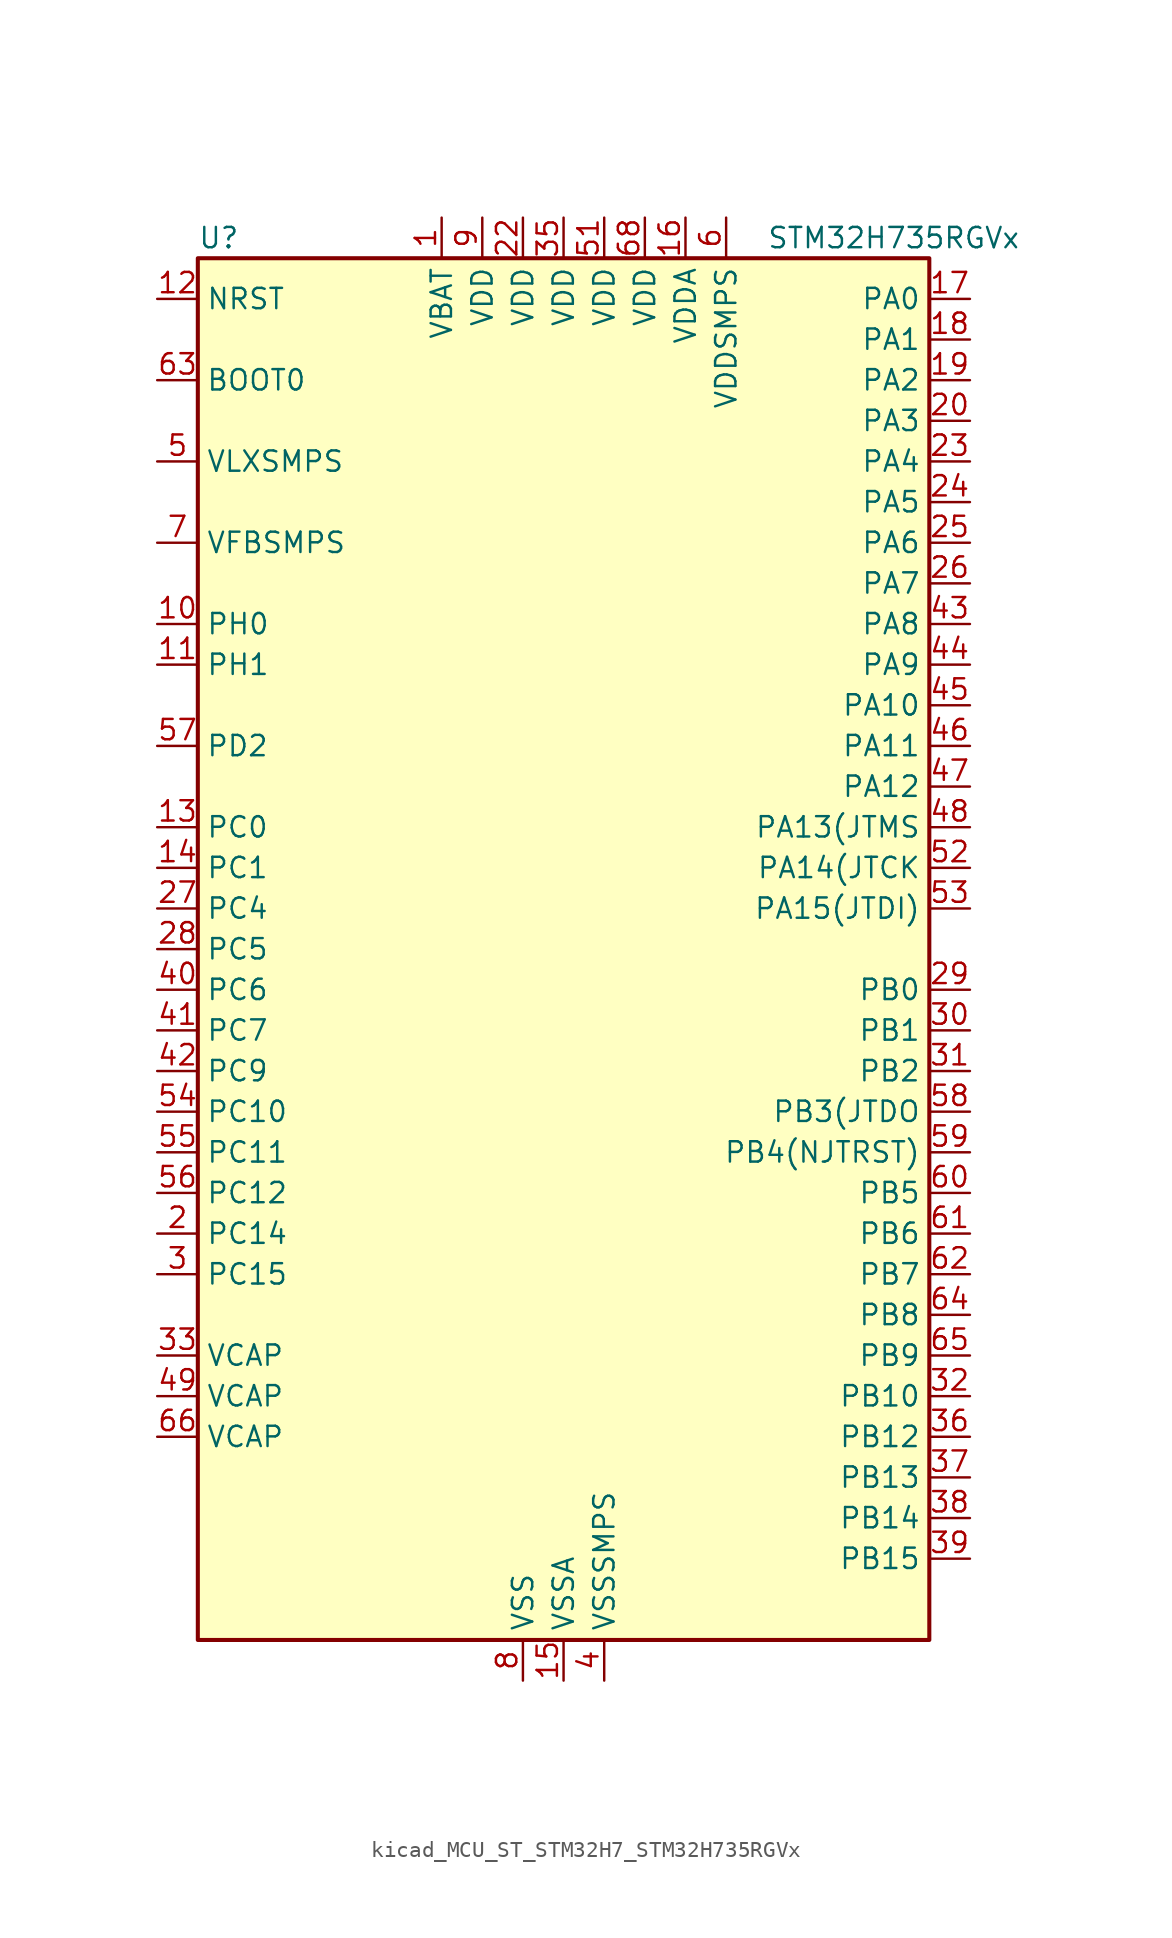
<source format=kicad_sym>
(kicad_symbol_lib
  (version 20220914)
  (generator kicad_symbol_editor)
  (symbol "kicad_MCU_ST_STM32H7_STM32H735RGVx"
    (property "Reference" "U"
      (at -22.86 44.45 0)
      (effects (font (size 1.27 1.27)) (justify left)))
    (property "Value" "STM32H735RGVx"
      (at 12.7 44.45 0)
      (effects (font (size 1.27 1.27)) (justify left)))
    (property "ki_locked" ""
      (at 0 0 0)
      (effects (font (size 1.27 1.27))))
    (symbol "kicad_MCU_ST_STM32H7_STM32H735RGVx_0_1"
      (rectangle (start -22.86 -43.18) (end 22.86 43.18) (stroke (width 0.254) (type default)) (fill (type background))))
    (symbol "kicad_MCU_ST_STM32H7_STM32H735RGVx_1_1"
      (pin power_in line (at -7.62 45.72 270) (length 2.54) (name "VBAT" (effects (font (size 1.27 1.27)))) (number "1" (effects (font (size 1.27 1.27)))))
      (pin bidirectional line (at -25.4 20.32 0) (length 2.54) (name "PH0" (effects (font (size 1.27 1.27)))) (number "10" (effects (font (size 1.27 1.27)))) (alternate "RCC_OSC_IN" bidirectional line))
      (pin bidirectional line (at -25.4 17.78 0) (length 2.54) (name "PH1" (effects (font (size 1.27 1.27)))) (number "11" (effects (font (size 1.27 1.27)))) (alternate "RCC_OSC_OUT" bidirectional line))
      (pin input line (at -25.4 40.64 0) (length 2.54) (name "NRST" (effects (font (size 1.27 1.27)))) (number "12" (effects (font (size 1.27 1.27)))))
      (pin bidirectional line (at -25.4 7.62 0) (length 2.54) (name "PC0" (effects (font (size 1.27 1.27)))) (number "13" (effects (font (size 1.27 1.27)))) (alternate "ADC1_INP10" bidirectional line) (alternate "ADC2_INP10" bidirectional line) (alternate "ADC3_INP10" bidirectional line) (alternate "DFSDM1_CKIN0" bidirectional line) (alternate "DFSDM1_DATIN4" bidirectional line) (alternate "LTDC_G2" bidirectional line) (alternate "LTDC_R5" bidirectional line) (alternate "USB_OTG_HS_ULPI_STP" bidirectional line))
      (pin bidirectional line (at -25.4 5.08 0) (length 2.54) (name "PC1" (effects (font (size 1.27 1.27)))) (number "14" (effects (font (size 1.27 1.27)))) (alternate "ADC1_INN10" bidirectional line) (alternate "ADC1_INP11" bidirectional line) (alternate "ADC2_INN10" bidirectional line) (alternate "ADC2_INP11" bidirectional line) (alternate "ADC3_INN10" bidirectional line) (alternate "ADC3_INP11" bidirectional line) (alternate "DEBUG_TRACED0" bidirectional line) (alternate "DFSDM1_CKIN4" bidirectional line) (alternate "DFSDM1_DATIN0" bidirectional line) (alternate "I2S2_SDO" bidirectional line) (alternate "LTDC_G5" bidirectional line) (alternate "MDIOS_MDC" bidirectional line) (alternate "OCTOSPIM_P1_IO4" bidirectional line) (alternate "PWR_WKUP6" bidirectional line) (alternate "RTC_TAMP3" bidirectional line) (alternate "SDMMC2_CK" bidirectional line) (alternate "SPI2_MOSI" bidirectional line))
      (pin power_in line (at 0 -45.72 90) (length 2.54) (name "VSSA" (effects (font (size 1.27 1.27)))) (number "15" (effects (font (size 1.27 1.27)))))
      (pin power_in line (at 7.62 45.72 270) (length 2.54) (name "VDDA" (effects (font (size 1.27 1.27)))) (number "16" (effects (font (size 1.27 1.27)))))
      (pin bidirectional line (at 25.4 40.64 180) (length 2.54) (name "PA0" (effects (font (size 1.27 1.27)))) (number "17" (effects (font (size 1.27 1.27)))) (alternate "ADC1_INP16" bidirectional line) (alternate "I2S6_WS" bidirectional line) (alternate "PWR_WKUP1" bidirectional line) (alternate "SDMMC2_CMD" bidirectional line) (alternate "SPI6_NSS" bidirectional line) (alternate "TIM15_BKIN" bidirectional line) (alternate "TIM2_CH1" bidirectional line) (alternate "TIM2_ETR" bidirectional line) (alternate "TIM5_CH1" bidirectional line) (alternate "TIM8_ETR" bidirectional line) (alternate "UART4_TX" bidirectional line) (alternate "USART2_CTS" bidirectional line) (alternate "USART2_NSS" bidirectional line))
      (pin bidirectional line (at 25.4 38.1 180) (length 2.54) (name "PA1" (effects (font (size 1.27 1.27)))) (number "18" (effects (font (size 1.27 1.27)))) (alternate "ADC1_INN16" bidirectional line) (alternate "ADC1_INP17" bidirectional line) (alternate "LPTIM3_OUT" bidirectional line) (alternate "LTDC_R2" bidirectional line) (alternate "OCTOSPIM_P1_DQS" bidirectional line) (alternate "OCTOSPIM_P1_IO3" bidirectional line) (alternate "TIM15_CH1N" bidirectional line) (alternate "TIM2_CH2" bidirectional line) (alternate "TIM5_CH2" bidirectional line) (alternate "UART4_RX" bidirectional line) (alternate "USART2_DE" bidirectional line) (alternate "USART2_RTS" bidirectional line))
      (pin bidirectional line (at 25.4 35.56 180) (length 2.54) (name "PA2" (effects (font (size 1.27 1.27)))) (number "19" (effects (font (size 1.27 1.27)))) (alternate "ADC1_INP14" bidirectional line) (alternate "ADC2_INP14" bidirectional line) (alternate "LPTIM4_OUT" bidirectional line) (alternate "LTDC_R1" bidirectional line) (alternate "MDIOS_MDIO" bidirectional line) (alternate "OCTOSPIM_P1_IO0" bidirectional line) (alternate "PWR_WKUP2" bidirectional line) (alternate "TIM15_CH1" bidirectional line) (alternate "TIM2_CH3" bidirectional line) (alternate "TIM5_CH3" bidirectional line) (alternate "USART2_TX" bidirectional line))
      (pin bidirectional line (at -25.4 -17.78 0) (length 2.54) (name "PC14" (effects (font (size 1.27 1.27)))) (number "2" (effects (font (size 1.27 1.27)))) (alternate "RCC_OSC32_IN" bidirectional line))
      (pin bidirectional line (at 25.4 33.02 180) (length 2.54) (name "PA3" (effects (font (size 1.27 1.27)))) (number "20" (effects (font (size 1.27 1.27)))) (alternate "ADC1_INP15" bidirectional line) (alternate "ADC2_INP15" bidirectional line) (alternate "I2S6_MCK" bidirectional line) (alternate "LPTIM5_OUT" bidirectional line) (alternate "LTDC_B2" bidirectional line) (alternate "LTDC_B5" bidirectional line) (alternate "OCTOSPIM_P1_CLK" bidirectional line) (alternate "OCTOSPIM_P1_IO2" bidirectional line) (alternate "TIM15_CH2" bidirectional line) (alternate "TIM2_CH4" bidirectional line) (alternate "TIM5_CH4" bidirectional line) (alternate "USART2_RX" bidirectional line) (alternate "USB_OTG_HS_ULPI_D0" bidirectional line))
      (pin passive line (at -2.54 -45.72 90) (length 2.54) hide (name "VSS" (effects (font (size 1.27 1.27)))) (number "21" (effects (font (size 1.27 1.27)))))
      (pin power_in line (at -2.54 45.72 270) (length 2.54) (name "VDD" (effects (font (size 1.27 1.27)))) (number "22" (effects (font (size 1.27 1.27)))))
      (pin bidirectional line (at 25.4 30.48 180) (length 2.54) (name "PA4" (effects (font (size 1.27 1.27)))) (number "23" (effects (font (size 1.27 1.27)))) (alternate "ADC1_INP18" bidirectional line) (alternate "ADC2_INP18" bidirectional line) (alternate "DAC1_OUT1" bidirectional line) (alternate "DCMI_HSYNC" bidirectional line) (alternate "I2S1_WS" bidirectional line) (alternate "I2S3_WS" bidirectional line) (alternate "I2S6_WS" bidirectional line) (alternate "LTDC_VSYNC" bidirectional line) (alternate "PSSI_DE" bidirectional line) (alternate "SPI1_NSS" bidirectional line) (alternate "SPI3_NSS" bidirectional line) (alternate "SPI6_NSS" bidirectional line) (alternate "TIM5_ETR" bidirectional line) (alternate "USART2_CK" bidirectional line))
      (pin bidirectional line (at 25.4 27.94 180) (length 2.54) (name "PA5" (effects (font (size 1.27 1.27)))) (number "24" (effects (font (size 1.27 1.27)))) (alternate "ADC1_INN18" bidirectional line) (alternate "ADC1_INP19" bidirectional line) (alternate "ADC2_INN18" bidirectional line) (alternate "ADC2_INP19" bidirectional line) (alternate "DAC1_OUT2" bidirectional line) (alternate "I2S1_CK" bidirectional line) (alternate "I2S6_CK" bidirectional line) (alternate "LTDC_R4" bidirectional line) (alternate "PSSI_D14" bidirectional line) (alternate "PWR_NDSTOP2" bidirectional line) (alternate "SPI1_SCK" bidirectional line) (alternate "SPI6_SCK" bidirectional line) (alternate "TIM2_CH1" bidirectional line) (alternate "TIM2_ETR" bidirectional line) (alternate "TIM8_CH1N" bidirectional line) (alternate "USB_OTG_HS_ULPI_CK" bidirectional line))
      (pin bidirectional line (at 25.4 25.4 180) (length 2.54) (name "PA6" (effects (font (size 1.27 1.27)))) (number "25" (effects (font (size 1.27 1.27)))) (alternate "ADC1_INP3" bidirectional line) (alternate "ADC2_INP3" bidirectional line) (alternate "DCMI_PIXCLK" bidirectional line) (alternate "I2S1_SDI" bidirectional line) (alternate "I2S6_SDI" bidirectional line) (alternate "LTDC_G2" bidirectional line) (alternate "MDIOS_MDC" bidirectional line) (alternate "OCTOSPIM_P1_IO3" bidirectional line) (alternate "PSSI_PDCK" bidirectional line) (alternate "SPI1_MISO" bidirectional line) (alternate "SPI6_MISO" bidirectional line) (alternate "TIM13_CH1" bidirectional line) (alternate "TIM1_BKIN" bidirectional line) (alternate "TIM1_BKIN_COMP1" bidirectional line) (alternate "TIM1_BKIN_COMP2" bidirectional line) (alternate "TIM3_CH1" bidirectional line) (alternate "TIM8_BKIN" bidirectional line) (alternate "TIM8_BKIN_COMP1" bidirectional line) (alternate "TIM8_BKIN_COMP2" bidirectional line))
      (pin bidirectional line (at 25.4 22.86 180) (length 2.54) (name "PA7" (effects (font (size 1.27 1.27)))) (number "26" (effects (font (size 1.27 1.27)))) (alternate "ADC1_INN3" bidirectional line) (alternate "ADC1_INP7" bidirectional line) (alternate "ADC2_INN3" bidirectional line) (alternate "ADC2_INP7" bidirectional line) (alternate "I2S1_SDO" bidirectional line) (alternate "I2S6_SDO" bidirectional line) (alternate "LTDC_VSYNC" bidirectional line) (alternate "OCTOSPIM_P1_IO2" bidirectional line) (alternate "OPAMP1_VINM" bidirectional line) (alternate "SPI1_MOSI" bidirectional line) (alternate "SPI6_MOSI" bidirectional line) (alternate "TIM14_CH1" bidirectional line) (alternate "TIM1_CH1N" bidirectional line) (alternate "TIM3_CH2" bidirectional line) (alternate "TIM8_CH1N" bidirectional line))
      (pin bidirectional line (at -25.4 2.54 0) (length 2.54) (name "PC4" (effects (font (size 1.27 1.27)))) (number "27" (effects (font (size 1.27 1.27)))) (alternate "ADC1_INP4" bidirectional line) (alternate "ADC2_INP4" bidirectional line) (alternate "COMP1_INM" bidirectional line) (alternate "DFSDM1_CKIN2" bidirectional line) (alternate "I2S1_MCK" bidirectional line) (alternate "LTDC_R7" bidirectional line) (alternate "OPAMP1_VOUT" bidirectional line) (alternate "SDMMC2_CKIN" bidirectional line) (alternate "SPDIFRX1_IN2" bidirectional line))
      (pin bidirectional line (at -25.4 0 0) (length 2.54) (name "PC5" (effects (font (size 1.27 1.27)))) (number "28" (effects (font (size 1.27 1.27)))) (alternate "ADC1_INN4" bidirectional line) (alternate "ADC1_INP8" bidirectional line) (alternate "ADC2_INN4" bidirectional line) (alternate "ADC2_INP8" bidirectional line) (alternate "COMP1_OUT" bidirectional line) (alternate "DFSDM1_DATIN2" bidirectional line) (alternate "LTDC_DE" bidirectional line) (alternate "OCTOSPIM_P1_DQS" bidirectional line) (alternate "OPAMP1_VINM" bidirectional line) (alternate "PSSI_D15" bidirectional line) (alternate "SPDIFRX1_IN3" bidirectional line))
      (pin bidirectional line (at 25.4 -2.54 180) (length 2.54) (name "PB0" (effects (font (size 1.27 1.27)))) (number "29" (effects (font (size 1.27 1.27)))) (alternate "ADC1_INN5" bidirectional line) (alternate "ADC1_INP9" bidirectional line) (alternate "ADC2_INN5" bidirectional line) (alternate "ADC2_INP9" bidirectional line) (alternate "COMP1_INP" bidirectional line) (alternate "DFSDM1_CKOUT" bidirectional line) (alternate "LTDC_G1" bidirectional line) (alternate "LTDC_R3" bidirectional line) (alternate "OCTOSPIM_P1_IO1" bidirectional line) (alternate "OPAMP1_VINP" bidirectional line) (alternate "TIM1_CH2N" bidirectional line) (alternate "TIM3_CH3" bidirectional line) (alternate "TIM8_CH2N" bidirectional line) (alternate "UART4_CTS" bidirectional line) (alternate "USB_OTG_HS_ULPI_D1" bidirectional line))
      (pin bidirectional line (at -25.4 -20.32 0) (length 2.54) (name "PC15" (effects (font (size 1.27 1.27)))) (number "3" (effects (font (size 1.27 1.27)))) (alternate "ADC1_EXTI15" bidirectional line) (alternate "ADC2_EXTI15" bidirectional line) (alternate "ADC3_EXTI15" bidirectional line) (alternate "RCC_OSC32_OUT" bidirectional line))
      (pin bidirectional line (at 25.4 -5.08 180) (length 2.54) (name "PB1" (effects (font (size 1.27 1.27)))) (number "30" (effects (font (size 1.27 1.27)))) (alternate "ADC1_INP5" bidirectional line) (alternate "ADC2_INP5" bidirectional line) (alternate "COMP1_INM" bidirectional line) (alternate "DFSDM1_DATIN1" bidirectional line) (alternate "LTDC_G0" bidirectional line) (alternate "LTDC_R6" bidirectional line) (alternate "OCTOSPIM_P1_IO0" bidirectional line) (alternate "TIM1_CH3N" bidirectional line) (alternate "TIM3_CH4" bidirectional line) (alternate "TIM8_CH3N" bidirectional line) (alternate "USB_OTG_HS_ULPI_D2" bidirectional line))
      (pin bidirectional line (at 25.4 -7.62 180) (length 2.54) (name "PB2" (effects (font (size 1.27 1.27)))) (number "31" (effects (font (size 1.27 1.27)))) (alternate "COMP1_INP" bidirectional line) (alternate "DFSDM1_CKIN1" bidirectional line) (alternate "I2S3_SDO" bidirectional line) (alternate "OCTOSPIM_P1_CLK" bidirectional line) (alternate "OCTOSPIM_P1_DQS" bidirectional line) (alternate "RTC_OUT_ALARM" bidirectional line) (alternate "RTC_OUT_CALIB" bidirectional line) (alternate "SPI3_MOSI" bidirectional line) (alternate "TIM23_ETR" bidirectional line))
      (pin bidirectional line (at 25.4 -27.94 180) (length 2.54) (name "PB10" (effects (font (size 1.27 1.27)))) (number "32" (effects (font (size 1.27 1.27)))) (alternate "DFSDM1_DATIN7" bidirectional line) (alternate "I2C2_SCL" bidirectional line) (alternate "I2S2_CK" bidirectional line) (alternate "LPTIM2_IN1" bidirectional line) (alternate "LTDC_G4" bidirectional line) (alternate "OCTOSPIM_P1_NCS" bidirectional line) (alternate "SPI2_SCK" bidirectional line) (alternate "TIM2_CH3" bidirectional line) (alternate "USART3_TX" bidirectional line) (alternate "USB_OTG_HS_ULPI_D3" bidirectional line))
      (pin power_out line (at -25.4 -25.4 0) (length 2.54) (name "VCAP" (effects (font (size 1.27 1.27)))) (number "33" (effects (font (size 1.27 1.27)))))
      (pin passive line (at -2.54 -45.72 90) (length 2.54) hide (name "VSS" (effects (font (size 1.27 1.27)))) (number "34" (effects (font (size 1.27 1.27)))))
      (pin power_in line (at 0 45.72 270) (length 2.54) (name "VDD" (effects (font (size 1.27 1.27)))) (number "35" (effects (font (size 1.27 1.27)))))
      (pin bidirectional line (at 25.4 -30.48 180) (length 2.54) (name "PB12" (effects (font (size 1.27 1.27)))) (number "36" (effects (font (size 1.27 1.27)))) (alternate "DFSDM1_DATIN1" bidirectional line) (alternate "FDCAN2_RX" bidirectional line) (alternate "I2C2_SMBA" bidirectional line) (alternate "I2S2_WS" bidirectional line) (alternate "OCTOSPIM_P1_IO0" bidirectional line) (alternate "OCTOSPIM_P1_NCLK" bidirectional line) (alternate "SPI2_NSS" bidirectional line) (alternate "TIM1_BKIN" bidirectional line) (alternate "TIM1_BKIN_COMP1" bidirectional line) (alternate "TIM1_BKIN_COMP2" bidirectional line) (alternate "UART5_RX" bidirectional line) (alternate "USART3_CK" bidirectional line) (alternate "USB_OTG_HS_ULPI_D5" bidirectional line))
      (pin bidirectional line (at 25.4 -33.02 180) (length 2.54) (name "PB13" (effects (font (size 1.27 1.27)))) (number "37" (effects (font (size 1.27 1.27)))) (alternate "DCMI_D2" bidirectional line) (alternate "DFSDM1_CKIN1" bidirectional line) (alternate "FDCAN2_TX" bidirectional line) (alternate "I2S2_CK" bidirectional line) (alternate "LPTIM2_OUT" bidirectional line) (alternate "OCTOSPIM_P1_IO2" bidirectional line) (alternate "PSSI_D2" bidirectional line) (alternate "SDMMC1_D0" bidirectional line) (alternate "SPI2_SCK" bidirectional line) (alternate "TIM1_CH1N" bidirectional line) (alternate "UART5_TX" bidirectional line) (alternate "USART3_CTS" bidirectional line) (alternate "USART3_NSS" bidirectional line) (alternate "USB_OTG_HS_ULPI_D6" bidirectional line))
      (pin bidirectional line (at 25.4 -35.56 180) (length 2.54) (name "PB14" (effects (font (size 1.27 1.27)))) (number "38" (effects (font (size 1.27 1.27)))) (alternate "DFSDM1_DATIN2" bidirectional line) (alternate "I2S2_SDI" bidirectional line) (alternate "LTDC_CLK" bidirectional line) (alternate "SDMMC2_D0" bidirectional line) (alternate "SPI2_MISO" bidirectional line) (alternate "TIM12_CH1" bidirectional line) (alternate "TIM1_CH2N" bidirectional line) (alternate "TIM8_CH2N" bidirectional line) (alternate "UART4_DE" bidirectional line) (alternate "UART4_RTS" bidirectional line) (alternate "USART1_TX" bidirectional line) (alternate "USART3_DE" bidirectional line) (alternate "USART3_RTS" bidirectional line))
      (pin bidirectional line (at 25.4 -38.1 180) (length 2.54) (name "PB15" (effects (font (size 1.27 1.27)))) (number "39" (effects (font (size 1.27 1.27)))) (alternate "ADC1_EXTI15" bidirectional line) (alternate "ADC2_EXTI15" bidirectional line) (alternate "ADC3_EXTI15" bidirectional line) (alternate "DFSDM1_CKIN2" bidirectional line) (alternate "I2S2_SDO" bidirectional line) (alternate "LTDC_G7" bidirectional line) (alternate "RTC_REFIN" bidirectional line) (alternate "SDMMC2_D1" bidirectional line) (alternate "SPI2_MOSI" bidirectional line) (alternate "TIM12_CH2" bidirectional line) (alternate "TIM1_CH3N" bidirectional line) (alternate "TIM8_CH3N" bidirectional line) (alternate "UART4_CTS" bidirectional line) (alternate "USART1_RX" bidirectional line))
      (pin power_in line (at 2.54 -45.72 90) (length 2.54) (name "VSSSMPS" (effects (font (size 1.27 1.27)))) (number "4" (effects (font (size 1.27 1.27)))))
      (pin bidirectional line (at -25.4 -2.54 0) (length 2.54) (name "PC6" (effects (font (size 1.27 1.27)))) (number "40" (effects (font (size 1.27 1.27)))) (alternate "DCMI_D0" bidirectional line) (alternate "DFSDM1_CKIN3" bidirectional line) (alternate "I2S2_MCK" bidirectional line) (alternate "LTDC_HSYNC" bidirectional line) (alternate "PSSI_D0" bidirectional line) (alternate "SDMMC1_D0DIR" bidirectional line) (alternate "SDMMC1_D6" bidirectional line) (alternate "SDMMC2_D6" bidirectional line) (alternate "SWPMI1_IO" bidirectional line) (alternate "TIM3_CH1" bidirectional line) (alternate "TIM8_CH1" bidirectional line))
      (pin bidirectional line (at -25.4 -5.08 0) (length 2.54) (name "PC7" (effects (font (size 1.27 1.27)))) (number "41" (effects (font (size 1.27 1.27)))) (alternate "DCMI_D1" bidirectional line) (alternate "DEBUG_TRGIO" bidirectional line) (alternate "DFSDM1_DATIN3" bidirectional line) (alternate "I2S3_MCK" bidirectional line) (alternate "LTDC_G6" bidirectional line) (alternate "PSSI_D1" bidirectional line) (alternate "SDMMC1_D123DIR" bidirectional line) (alternate "SDMMC1_D7" bidirectional line) (alternate "SDMMC2_D7" bidirectional line) (alternate "SWPMI1_TX" bidirectional line) (alternate "TIM3_CH2" bidirectional line) (alternate "TIM8_CH2" bidirectional line))
      (pin bidirectional line (at -25.4 -7.62 0) (length 2.54) (name "PC9" (effects (font (size 1.27 1.27)))) (number "42" (effects (font (size 1.27 1.27)))) (alternate "DAC1_EXTI9" bidirectional line) (alternate "DCMI_D3" bidirectional line) (alternate "I2C3_SDA" bidirectional line) (alternate "I2S_CKIN" bidirectional line) (alternate "LTDC_B2" bidirectional line) (alternate "LTDC_G3" bidirectional line) (alternate "OCTOSPIM_P1_IO0" bidirectional line) (alternate "PSSI_D3" bidirectional line) (alternate "RCC_MCO_2" bidirectional line) (alternate "SDMMC1_D1" bidirectional line) (alternate "SWPMI1_SUSPEND" bidirectional line) (alternate "TIM3_CH4" bidirectional line) (alternate "TIM8_CH4" bidirectional line) (alternate "UART5_CTS" bidirectional line))
      (pin bidirectional line (at 25.4 20.32 180) (length 2.54) (name "PA8" (effects (font (size 1.27 1.27)))) (number "43" (effects (font (size 1.27 1.27)))) (alternate "I2C3_SCL" bidirectional line) (alternate "LTDC_B3" bidirectional line) (alternate "LTDC_R6" bidirectional line) (alternate "RCC_MCO_1" bidirectional line) (alternate "TIM1_CH1" bidirectional line) (alternate "TIM8_BKIN2" bidirectional line) (alternate "TIM8_BKIN2_COMP1" bidirectional line) (alternate "TIM8_BKIN2_COMP2" bidirectional line) (alternate "UART7_RX" bidirectional line) (alternate "USART1_CK" bidirectional line) (alternate "USB_OTG_HS_SOF" bidirectional line))
      (pin bidirectional line (at 25.4 17.78 180) (length 2.54) (name "PA9" (effects (font (size 1.27 1.27)))) (number "44" (effects (font (size 1.27 1.27)))) (alternate "DAC1_EXTI9" bidirectional line) (alternate "DCMI_D0" bidirectional line) (alternate "I2C3_SMBA" bidirectional line) (alternate "I2S2_CK" bidirectional line) (alternate "LPUART1_TX" bidirectional line) (alternate "LTDC_R5" bidirectional line) (alternate "PSSI_D0" bidirectional line) (alternate "SPI2_SCK" bidirectional line) (alternate "TIM1_CH2" bidirectional line) (alternate "USART1_TX" bidirectional line) (alternate "USB_OTG_HS_VBUS" bidirectional line))
      (pin bidirectional line (at 25.4 15.24 180) (length 2.54) (name "PA10" (effects (font (size 1.27 1.27)))) (number "45" (effects (font (size 1.27 1.27)))) (alternate "DCMI_D1" bidirectional line) (alternate "LPUART1_RX" bidirectional line) (alternate "LTDC_B1" bidirectional line) (alternate "LTDC_B4" bidirectional line) (alternate "MDIOS_MDIO" bidirectional line) (alternate "PSSI_D1" bidirectional line) (alternate "TIM1_CH3" bidirectional line) (alternate "USART1_RX" bidirectional line) (alternate "USB_OTG_HS_ID" bidirectional line))
      (pin bidirectional line (at 25.4 12.7 180) (length 2.54) (name "PA11" (effects (font (size 1.27 1.27)))) (number "46" (effects (font (size 1.27 1.27)))) (alternate "ADC1_EXTI11" bidirectional line) (alternate "ADC2_EXTI11" bidirectional line) (alternate "ADC3_EXTI11" bidirectional line) (alternate "FDCAN1_RX" bidirectional line) (alternate "I2S2_WS" bidirectional line) (alternate "LPUART1_CTS" bidirectional line) (alternate "LTDC_R4" bidirectional line) (alternate "SPI2_NSS" bidirectional line) (alternate "TIM1_CH4" bidirectional line) (alternate "UART4_RX" bidirectional line) (alternate "USART1_CTS" bidirectional line) (alternate "USART1_NSS" bidirectional line) (alternate "USB_OTG_HS_DM" bidirectional line))
      (pin bidirectional line (at 25.4 10.16 180) (length 2.54) (name "PA12" (effects (font (size 1.27 1.27)))) (number "47" (effects (font (size 1.27 1.27)))) (alternate "FDCAN1_TX" bidirectional line) (alternate "I2S2_CK" bidirectional line) (alternate "LPUART1_DE" bidirectional line) (alternate "LPUART1_RTS" bidirectional line) (alternate "LTDC_R5" bidirectional line) (alternate "SPI2_SCK" bidirectional line) (alternate "TIM1_BKIN2" bidirectional line) (alternate "TIM1_ETR" bidirectional line) (alternate "UART4_TX" bidirectional line) (alternate "USART1_DE" bidirectional line) (alternate "USART1_RTS" bidirectional line) (alternate "USB_OTG_HS_DP" bidirectional line))
      (pin bidirectional line (at 25.4 7.62 180) (length 2.54) (name "PA13(JTMS" (effects (font (size 1.27 1.27)))) (number "48" (effects (font (size 1.27 1.27)))) (alternate "DEBUG_JTMS-SWDIO" bidirectional line))
      (pin power_out line (at -25.4 -27.94 0) (length 2.54) (name "VCAP" (effects (font (size 1.27 1.27)))) (number "49" (effects (font (size 1.27 1.27)))))
      (pin power_in line (at -25.4 30.48 0) (length 2.54) (name "VLXSMPS" (effects (font (size 1.27 1.27)))) (number "5" (effects (font (size 1.27 1.27)))))
      (pin passive line (at -2.54 -45.72 90) (length 2.54) hide (name "VSS" (effects (font (size 1.27 1.27)))) (number "50" (effects (font (size 1.27 1.27)))))
      (pin power_in line (at 2.54 45.72 270) (length 2.54) (name "VDD" (effects (font (size 1.27 1.27)))) (number "51" (effects (font (size 1.27 1.27)))))
      (pin bidirectional line (at 25.4 5.08 180) (length 2.54) (name "PA14(JTCK" (effects (font (size 1.27 1.27)))) (number "52" (effects (font (size 1.27 1.27)))) (alternate "DEBUG_JTCK-SWCLK" bidirectional line))
      (pin bidirectional line (at 25.4 2.54 180) (length 2.54) (name "PA15(JTDI)" (effects (font (size 1.27 1.27)))) (number "53" (effects (font (size 1.27 1.27)))) (alternate "ADC1_EXTI15" bidirectional line) (alternate "ADC2_EXTI15" bidirectional line) (alternate "ADC3_EXTI15" bidirectional line) (alternate "CEC" bidirectional line) (alternate "DEBUG_JTDI" bidirectional line) (alternate "I2S1_WS" bidirectional line) (alternate "I2S3_WS" bidirectional line) (alternate "I2S6_WS" bidirectional line) (alternate "LTDC_B6" bidirectional line) (alternate "LTDC_R3" bidirectional line) (alternate "SPI1_NSS" bidirectional line) (alternate "SPI3_NSS" bidirectional line) (alternate "SPI6_NSS" bidirectional line) (alternate "TIM2_CH1" bidirectional line) (alternate "TIM2_ETR" bidirectional line) (alternate "UART4_DE" bidirectional line) (alternate "UART4_RTS" bidirectional line) (alternate "UART7_TX" bidirectional line))
      (pin bidirectional line (at -25.4 -10.16 0) (length 2.54) (name "PC10" (effects (font (size 1.27 1.27)))) (number "54" (effects (font (size 1.27 1.27)))) (alternate "DCMI_D8" bidirectional line) (alternate "DFSDM1_CKIN5" bidirectional line) (alternate "I2S3_CK" bidirectional line) (alternate "LTDC_B1" bidirectional line) (alternate "LTDC_R2" bidirectional line) (alternate "OCTOSPIM_P1_IO1" bidirectional line) (alternate "PSSI_D8" bidirectional line) (alternate "SDMMC1_D2" bidirectional line) (alternate "SPI3_SCK" bidirectional line) (alternate "SWPMI1_RX" bidirectional line) (alternate "UART4_TX" bidirectional line) (alternate "USART3_TX" bidirectional line))
      (pin bidirectional line (at -25.4 -12.7 0) (length 2.54) (name "PC11" (effects (font (size 1.27 1.27)))) (number "55" (effects (font (size 1.27 1.27)))) (alternate "ADC1_EXTI11" bidirectional line) (alternate "ADC2_EXTI11" bidirectional line) (alternate "ADC3_EXTI11" bidirectional line) (alternate "DCMI_D4" bidirectional line) (alternate "DFSDM1_DATIN5" bidirectional line) (alternate "I2S3_SDI" bidirectional line) (alternate "LTDC_B4" bidirectional line) (alternate "OCTOSPIM_P1_NCS" bidirectional line) (alternate "PSSI_D4" bidirectional line) (alternate "SDMMC1_D3" bidirectional line) (alternate "SPI3_MISO" bidirectional line) (alternate "UART4_RX" bidirectional line) (alternate "USART3_RX" bidirectional line))
      (pin bidirectional line (at -25.4 -15.24 0) (length 2.54) (name "PC12" (effects (font (size 1.27 1.27)))) (number "56" (effects (font (size 1.27 1.27)))) (alternate "DCMI_D9" bidirectional line) (alternate "DEBUG_TRACED3" bidirectional line) (alternate "I2S3_SDO" bidirectional line) (alternate "I2S6_CK" bidirectional line) (alternate "LTDC_R6" bidirectional line) (alternate "PSSI_D9" bidirectional line) (alternate "SDMMC1_CK" bidirectional line) (alternate "SPI3_MOSI" bidirectional line) (alternate "SPI6_SCK" bidirectional line) (alternate "TIM15_CH1" bidirectional line) (alternate "UART5_TX" bidirectional line) (alternate "USART3_CK" bidirectional line))
      (pin bidirectional line (at -25.4 12.7 0) (length 2.54) (name "PD2" (effects (font (size 1.27 1.27)))) (number "57" (effects (font (size 1.27 1.27)))) (alternate "DCMI_D11" bidirectional line) (alternate "DEBUG_TRACED2" bidirectional line) (alternate "LTDC_B2" bidirectional line) (alternate "LTDC_B7" bidirectional line) (alternate "PSSI_D11" bidirectional line) (alternate "SDMMC1_CMD" bidirectional line) (alternate "TIM15_BKIN" bidirectional line) (alternate "TIM3_ETR" bidirectional line) (alternate "UART5_RX" bidirectional line))
      (pin bidirectional line (at 25.4 -10.16 180) (length 2.54) (name "PB3(JTDO" (effects (font (size 1.27 1.27)))) (number "58" (effects (font (size 1.27 1.27)))) (alternate "CRS_SYNC" bidirectional line) (alternate "DEBUG_JTDO-SWO" bidirectional line) (alternate "I2S1_CK" bidirectional line) (alternate "I2S3_CK" bidirectional line) (alternate "I2S6_CK" bidirectional line) (alternate "SDMMC2_D2" bidirectional line) (alternate "SPI1_SCK" bidirectional line) (alternate "SPI3_SCK" bidirectional line) (alternate "SPI6_SCK" bidirectional line) (alternate "TIM24_ETR" bidirectional line) (alternate "TIM2_CH2" bidirectional line) (alternate "UART7_RX" bidirectional line))
      (pin bidirectional line (at 25.4 -12.7 180) (length 2.54) (name "PB4(NJTRST)" (effects (font (size 1.27 1.27)))) (number "59" (effects (font (size 1.27 1.27)))) (alternate "DEBUG_JTRST" bidirectional line) (alternate "I2S1_SDI" bidirectional line) (alternate "I2S2_WS" bidirectional line) (alternate "I2S3_SDI" bidirectional line) (alternate "I2S6_SDI" bidirectional line) (alternate "SDMMC2_D3" bidirectional line) (alternate "SPI1_MISO" bidirectional line) (alternate "SPI2_NSS" bidirectional line) (alternate "SPI3_MISO" bidirectional line) (alternate "SPI6_MISO" bidirectional line) (alternate "TIM16_BKIN" bidirectional line) (alternate "TIM3_CH1" bidirectional line) (alternate "UART7_TX" bidirectional line))
      (pin power_in line (at 10.16 45.72 270) (length 2.54) (name "VDDSMPS" (effects (font (size 1.27 1.27)))) (number "6" (effects (font (size 1.27 1.27)))))
      (pin bidirectional line (at 25.4 -15.24 180) (length 2.54) (name "PB5" (effects (font (size 1.27 1.27)))) (number "60" (effects (font (size 1.27 1.27)))) (alternate "DCMI_D10" bidirectional line) (alternate "FDCAN2_RX" bidirectional line) (alternate "I2C1_SMBA" bidirectional line) (alternate "I2C4_SMBA" bidirectional line) (alternate "I2S1_SDO" bidirectional line) (alternate "I2S3_SDO" bidirectional line) (alternate "I2S6_SDO" bidirectional line) (alternate "LTDC_B5" bidirectional line) (alternate "PSSI_D10" bidirectional line) (alternate "SPI1_MOSI" bidirectional line) (alternate "SPI3_MOSI" bidirectional line) (alternate "SPI6_MOSI" bidirectional line) (alternate "TIM17_BKIN" bidirectional line) (alternate "TIM3_CH2" bidirectional line) (alternate "UART5_RX" bidirectional line) (alternate "USB_OTG_HS_ULPI_D7" bidirectional line))
      (pin bidirectional line (at 25.4 -17.78 180) (length 2.54) (name "PB6" (effects (font (size 1.27 1.27)))) (number "61" (effects (font (size 1.27 1.27)))) (alternate "CEC" bidirectional line) (alternate "DCMI_D5" bidirectional line) (alternate "DFSDM1_DATIN5" bidirectional line) (alternate "FDCAN2_TX" bidirectional line) (alternate "I2C1_SCL" bidirectional line) (alternate "I2C4_SCL" bidirectional line) (alternate "LPUART1_TX" bidirectional line) (alternate "OCTOSPIM_P1_NCS" bidirectional line) (alternate "PSSI_D5" bidirectional line) (alternate "TIM16_CH1N" bidirectional line) (alternate "TIM4_CH1" bidirectional line) (alternate "UART5_TX" bidirectional line) (alternate "USART1_TX" bidirectional line))
      (pin bidirectional line (at 25.4 -20.32 180) (length 2.54) (name "PB7" (effects (font (size 1.27 1.27)))) (number "62" (effects (font (size 1.27 1.27)))) (alternate "DCMI_VSYNC" bidirectional line) (alternate "DFSDM1_CKIN5" bidirectional line) (alternate "I2C1_SDA" bidirectional line) (alternate "I2C4_SDA" bidirectional line) (alternate "LPUART1_RX" bidirectional line) (alternate "PSSI_RDY" bidirectional line) (alternate "PWR_PVD_IN" bidirectional line) (alternate "TIM17_CH1N" bidirectional line) (alternate "TIM4_CH2" bidirectional line) (alternate "USART1_RX" bidirectional line))
      (pin input line (at -25.4 35.56 0) (length 2.54) (name "BOOT0" (effects (font (size 1.27 1.27)))) (number "63" (effects (font (size 1.27 1.27)))))
      (pin bidirectional line (at 25.4 -22.86 180) (length 2.54) (name "PB8" (effects (font (size 1.27 1.27)))) (number "64" (effects (font (size 1.27 1.27)))) (alternate "DCMI_D6" bidirectional line) (alternate "DFSDM1_CKIN7" bidirectional line) (alternate "FDCAN1_RX" bidirectional line) (alternate "I2C1_SCL" bidirectional line) (alternate "I2C4_SCL" bidirectional line) (alternate "LTDC_B6" bidirectional line) (alternate "PSSI_D6" bidirectional line) (alternate "SDMMC1_CKIN" bidirectional line) (alternate "SDMMC1_D4" bidirectional line) (alternate "SDMMC2_D4" bidirectional line) (alternate "TIM16_CH1" bidirectional line) (alternate "TIM4_CH3" bidirectional line) (alternate "UART4_RX" bidirectional line))
      (pin bidirectional line (at 25.4 -25.4 180) (length 2.54) (name "PB9" (effects (font (size 1.27 1.27)))) (number "65" (effects (font (size 1.27 1.27)))) (alternate "DAC1_EXTI9" bidirectional line) (alternate "DCMI_D7" bidirectional line) (alternate "DFSDM1_DATIN7" bidirectional line) (alternate "FDCAN1_TX" bidirectional line) (alternate "I2C1_SDA" bidirectional line) (alternate "I2C4_SDA" bidirectional line) (alternate "I2C4_SMBA" bidirectional line) (alternate "I2S2_WS" bidirectional line) (alternate "LTDC_B7" bidirectional line) (alternate "PSSI_D7" bidirectional line) (alternate "SDMMC1_CDIR" bidirectional line) (alternate "SDMMC1_D5" bidirectional line) (alternate "SDMMC2_D5" bidirectional line) (alternate "SPI2_NSS" bidirectional line) (alternate "TIM17_CH1" bidirectional line) (alternate "TIM4_CH4" bidirectional line) (alternate "UART4_TX" bidirectional line))
      (pin power_out line (at -25.4 -30.48 0) (length 2.54) (name "VCAP" (effects (font (size 1.27 1.27)))) (number "66" (effects (font (size 1.27 1.27)))))
      (pin passive line (at -2.54 -45.72 90) (length 2.54) hide (name "VSS" (effects (font (size 1.27 1.27)))) (number "67" (effects (font (size 1.27 1.27)))))
      (pin power_in line (at 5.08 45.72 270) (length 2.54) (name "VDD" (effects (font (size 1.27 1.27)))) (number "68" (effects (font (size 1.27 1.27)))))
      (pin passive line (at -2.54 -45.72 90) (length 2.54) hide (name "VSS" (effects (font (size 1.27 1.27)))) (number "69" (effects (font (size 1.27 1.27)))))
      (pin input line (at -25.4 25.4 0) (length 2.54) (name "VFBSMPS" (effects (font (size 1.27 1.27)))) (number "7" (effects (font (size 1.27 1.27)))))
      (pin power_in line (at -2.54 -45.72 90) (length 2.54) (name "VSS" (effects (font (size 1.27 1.27)))) (number "8" (effects (font (size 1.27 1.27)))))
      (pin power_in line (at -5.08 45.72 270) (length 2.54) (name "VDD" (effects (font (size 1.27 1.27)))) (number "9" (effects (font (size 1.27 1.27))))))))
</source>
